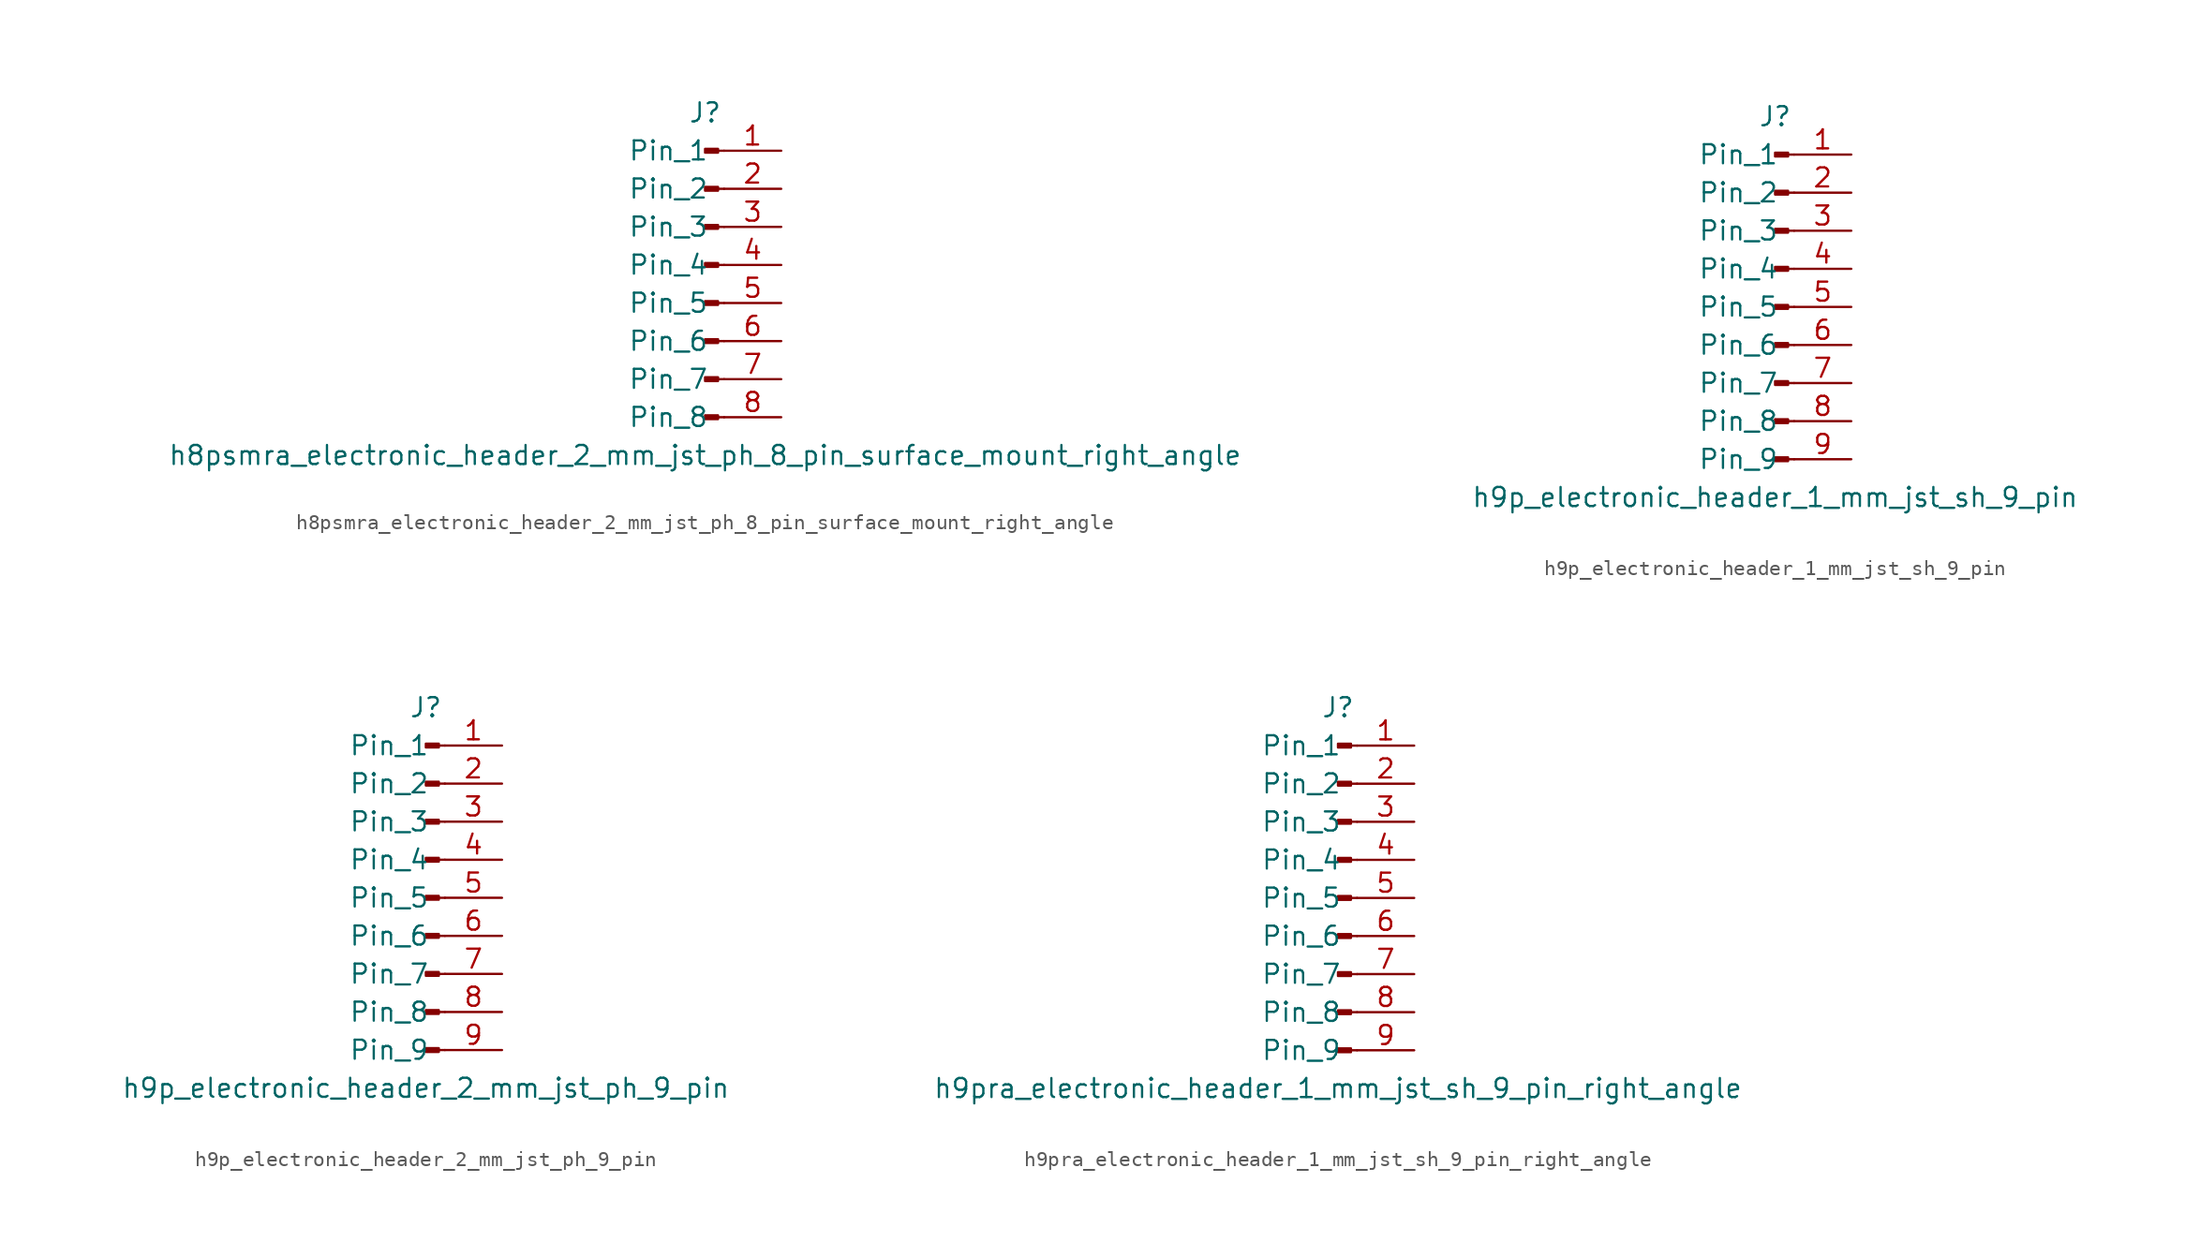
<source format=kicad_sym>
(kicad_symbol_lib
  (version 20220914)
  (generator kicad_symbol_editor)
  (symbol "h8psmra_electronic_header_2_mm_jst_ph_8_pin_surface_mount_right_angle"
    (pin_names
      (offset 1.016))
    (property "Reference" "J"
      (at 0 10.16 0)
      (effects (font (size 1.27 1.27))))
    (property "Value" "h8psmra_electronic_header_2_mm_jst_ph_8_pin_surface_mount_right_angle"
      (at 0 -12.7 0)
      (effects (font (size 1.27 1.27))))
    (property "ki_locked" ""
      (at 0 0 0)
      (effects (font (size 1.27 1.27))))
    (symbol "h8psmra_electronic_header_2_mm_jst_ph_8_pin_surface_mount_right_angle_1_1"
      (polyline (pts (xy 1.27 -10.16) (xy 0.864 -10.16)) (stroke (width 0.152) (type default)) (fill (type none)))
      (polyline (pts (xy 1.27 -7.62) (xy 0.864 -7.62)) (stroke (width 0.152) (type default)) (fill (type none)))
      (polyline (pts (xy 1.27 -5.08) (xy 0.864 -5.08)) (stroke (width 0.152) (type default)) (fill (type none)))
      (polyline (pts (xy 1.27 -2.54) (xy 0.864 -2.54)) (stroke (width 0.152) (type default)) (fill (type none)))
      (polyline (pts (xy 1.27 0) (xy 0.864 0)) (stroke (width 0.152) (type default)) (fill (type none)))
      (polyline (pts (xy 1.27 2.54) (xy 0.864 2.54)) (stroke (width 0.152) (type default)) (fill (type none)))
      (polyline (pts (xy 1.27 5.08) (xy 0.864 5.08)) (stroke (width 0.152) (type default)) (fill (type none)))
      (polyline (pts (xy 1.27 7.62) (xy 0.864 7.62)) (stroke (width 0.152) (type default)) (fill (type none)))
      (rectangle (start 0.864 -10.033) (end 0 -10.287) (stroke (width 0.152) (type default)) (fill (type outline)))
      (rectangle (start 0.864 -7.493) (end 0 -7.747) (stroke (width 0.152) (type default)) (fill (type outline)))
      (rectangle (start 0.864 -4.953) (end 0 -5.207) (stroke (width 0.152) (type default)) (fill (type outline)))
      (rectangle (start 0.864 -2.413) (end 0 -2.667) (stroke (width 0.152) (type default)) (fill (type outline)))
      (rectangle (start 0.864 0.127) (end 0 -0.127) (stroke (width 0.152) (type default)) (fill (type outline)))
      (rectangle (start 0.864 2.667) (end 0 2.413) (stroke (width 0.152) (type default)) (fill (type outline)))
      (rectangle (start 0.864 5.207) (end 0 4.953) (stroke (width 0.152) (type default)) (fill (type outline)))
      (rectangle (start 0.864 7.747) (end 0 7.493) (stroke (width 0.152) (type default)) (fill (type outline)))
      (pin passive line (at 5.08 7.62 180) (length 3.81) (name "Pin_1" (effects (font (size 1.27 1.27)))) (number "1" (effects (font (size 1.27 1.27)))))
      (pin passive line (at 5.08 5.08 180) (length 3.81) (name "Pin_2" (effects (font (size 1.27 1.27)))) (number "2" (effects (font (size 1.27 1.27)))))
      (pin passive line (at 5.08 2.54 180) (length 3.81) (name "Pin_3" (effects (font (size 1.27 1.27)))) (number "3" (effects (font (size 1.27 1.27)))))
      (pin passive line (at 5.08 0 180) (length 3.81) (name "Pin_4" (effects (font (size 1.27 1.27)))) (number "4" (effects (font (size 1.27 1.27)))))
      (pin passive line (at 5.08 -2.54 180) (length 3.81) (name "Pin_5" (effects (font (size 1.27 1.27)))) (number "5" (effects (font (size 1.27 1.27)))))
      (pin passive line (at 5.08 -5.08 180) (length 3.81) (name "Pin_6" (effects (font (size 1.27 1.27)))) (number "6" (effects (font (size 1.27 1.27)))))
      (pin passive line (at 5.08 -7.62 180) (length 3.81) (name "Pin_7" (effects (font (size 1.27 1.27)))) (number "7" (effects (font (size 1.27 1.27)))))
      (pin passive line (at 5.08 -10.16 180) (length 3.81) (name "Pin_8" (effects (font (size 1.27 1.27)))) (number "8" (effects (font (size 1.27 1.27)))))))
  (symbol "h9p_electronic_header_1_mm_jst_sh_9_pin"
    (pin_names
      (offset 1.016))
    (property "Reference" "J"
      (at 0 12.7 0)
      (effects (font (size 1.27 1.27))))
    (property "Value" "h9p_electronic_header_1_mm_jst_sh_9_pin"
      (at 0 -12.7 0)
      (effects (font (size 1.27 1.27))))
    (property "ki_locked" ""
      (at 0 0 0)
      (effects (font (size 1.27 1.27))))
    (symbol "h9p_electronic_header_1_mm_jst_sh_9_pin_1_1"
      (polyline (pts (xy 1.27 -10.16) (xy 0.864 -10.16)) (stroke (width 0.152) (type default)) (fill (type none)))
      (polyline (pts (xy 1.27 -7.62) (xy 0.864 -7.62)) (stroke (width 0.152) (type default)) (fill (type none)))
      (polyline (pts (xy 1.27 -5.08) (xy 0.864 -5.08)) (stroke (width 0.152) (type default)) (fill (type none)))
      (polyline (pts (xy 1.27 -2.54) (xy 0.864 -2.54)) (stroke (width 0.152) (type default)) (fill (type none)))
      (polyline (pts (xy 1.27 0) (xy 0.864 0)) (stroke (width 0.152) (type default)) (fill (type none)))
      (polyline (pts (xy 1.27 2.54) (xy 0.864 2.54)) (stroke (width 0.152) (type default)) (fill (type none)))
      (polyline (pts (xy 1.27 5.08) (xy 0.864 5.08)) (stroke (width 0.152) (type default)) (fill (type none)))
      (polyline (pts (xy 1.27 7.62) (xy 0.864 7.62)) (stroke (width 0.152) (type default)) (fill (type none)))
      (polyline (pts (xy 1.27 10.16) (xy 0.864 10.16)) (stroke (width 0.152) (type default)) (fill (type none)))
      (rectangle (start 0.864 -10.033) (end 0 -10.287) (stroke (width 0.152) (type default)) (fill (type outline)))
      (rectangle (start 0.864 -7.493) (end 0 -7.747) (stroke (width 0.152) (type default)) (fill (type outline)))
      (rectangle (start 0.864 -4.953) (end 0 -5.207) (stroke (width 0.152) (type default)) (fill (type outline)))
      (rectangle (start 0.864 -2.413) (end 0 -2.667) (stroke (width 0.152) (type default)) (fill (type outline)))
      (rectangle (start 0.864 0.127) (end 0 -0.127) (stroke (width 0.152) (type default)) (fill (type outline)))
      (rectangle (start 0.864 2.667) (end 0 2.413) (stroke (width 0.152) (type default)) (fill (type outline)))
      (rectangle (start 0.864 5.207) (end 0 4.953) (stroke (width 0.152) (type default)) (fill (type outline)))
      (rectangle (start 0.864 7.747) (end 0 7.493) (stroke (width 0.152) (type default)) (fill (type outline)))
      (rectangle (start 0.864 10.287) (end 0 10.033) (stroke (width 0.152) (type default)) (fill (type outline)))
      (pin passive line (at 5.08 10.16 180) (length 3.81) (name "Pin_1" (effects (font (size 1.27 1.27)))) (number "1" (effects (font (size 1.27 1.27)))))
      (pin passive line (at 5.08 7.62 180) (length 3.81) (name "Pin_2" (effects (font (size 1.27 1.27)))) (number "2" (effects (font (size 1.27 1.27)))))
      (pin passive line (at 5.08 5.08 180) (length 3.81) (name "Pin_3" (effects (font (size 1.27 1.27)))) (number "3" (effects (font (size 1.27 1.27)))))
      (pin passive line (at 5.08 2.54 180) (length 3.81) (name "Pin_4" (effects (font (size 1.27 1.27)))) (number "4" (effects (font (size 1.27 1.27)))))
      (pin passive line (at 5.08 0 180) (length 3.81) (name "Pin_5" (effects (font (size 1.27 1.27)))) (number "5" (effects (font (size 1.27 1.27)))))
      (pin passive line (at 5.08 -2.54 180) (length 3.81) (name "Pin_6" (effects (font (size 1.27 1.27)))) (number "6" (effects (font (size 1.27 1.27)))))
      (pin passive line (at 5.08 -5.08 180) (length 3.81) (name "Pin_7" (effects (font (size 1.27 1.27)))) (number "7" (effects (font (size 1.27 1.27)))))
      (pin passive line (at 5.08 -7.62 180) (length 3.81) (name "Pin_8" (effects (font (size 1.27 1.27)))) (number "8" (effects (font (size 1.27 1.27)))))
      (pin passive line (at 5.08 -10.16 180) (length 3.81) (name "Pin_9" (effects (font (size 1.27 1.27)))) (number "9" (effects (font (size 1.27 1.27)))))))
  (symbol "h9p_electronic_header_2_mm_jst_ph_9_pin"
    (pin_names
      (offset 1.016))
    (property "Reference" "J"
      (at 0 12.7 0)
      (effects (font (size 1.27 1.27))))
    (property "Value" "h9p_electronic_header_2_mm_jst_ph_9_pin"
      (at 0 -12.7 0)
      (effects (font (size 1.27 1.27))))
    (property "ki_locked" ""
      (at 0 0 0)
      (effects (font (size 1.27 1.27))))
    (symbol "h9p_electronic_header_2_mm_jst_ph_9_pin_1_1"
      (polyline (pts (xy 1.27 -10.16) (xy 0.864 -10.16)) (stroke (width 0.152) (type default)) (fill (type none)))
      (polyline (pts (xy 1.27 -7.62) (xy 0.864 -7.62)) (stroke (width 0.152) (type default)) (fill (type none)))
      (polyline (pts (xy 1.27 -5.08) (xy 0.864 -5.08)) (stroke (width 0.152) (type default)) (fill (type none)))
      (polyline (pts (xy 1.27 -2.54) (xy 0.864 -2.54)) (stroke (width 0.152) (type default)) (fill (type none)))
      (polyline (pts (xy 1.27 0) (xy 0.864 0)) (stroke (width 0.152) (type default)) (fill (type none)))
      (polyline (pts (xy 1.27 2.54) (xy 0.864 2.54)) (stroke (width 0.152) (type default)) (fill (type none)))
      (polyline (pts (xy 1.27 5.08) (xy 0.864 5.08)) (stroke (width 0.152) (type default)) (fill (type none)))
      (polyline (pts (xy 1.27 7.62) (xy 0.864 7.62)) (stroke (width 0.152) (type default)) (fill (type none)))
      (polyline (pts (xy 1.27 10.16) (xy 0.864 10.16)) (stroke (width 0.152) (type default)) (fill (type none)))
      (rectangle (start 0.864 -10.033) (end 0 -10.287) (stroke (width 0.152) (type default)) (fill (type outline)))
      (rectangle (start 0.864 -7.493) (end 0 -7.747) (stroke (width 0.152) (type default)) (fill (type outline)))
      (rectangle (start 0.864 -4.953) (end 0 -5.207) (stroke (width 0.152) (type default)) (fill (type outline)))
      (rectangle (start 0.864 -2.413) (end 0 -2.667) (stroke (width 0.152) (type default)) (fill (type outline)))
      (rectangle (start 0.864 0.127) (end 0 -0.127) (stroke (width 0.152) (type default)) (fill (type outline)))
      (rectangle (start 0.864 2.667) (end 0 2.413) (stroke (width 0.152) (type default)) (fill (type outline)))
      (rectangle (start 0.864 5.207) (end 0 4.953) (stroke (width 0.152) (type default)) (fill (type outline)))
      (rectangle (start 0.864 7.747) (end 0 7.493) (stroke (width 0.152) (type default)) (fill (type outline)))
      (rectangle (start 0.864 10.287) (end 0 10.033) (stroke (width 0.152) (type default)) (fill (type outline)))
      (pin passive line (at 5.08 10.16 180) (length 3.81) (name "Pin_1" (effects (font (size 1.27 1.27)))) (number "1" (effects (font (size 1.27 1.27)))))
      (pin passive line (at 5.08 7.62 180) (length 3.81) (name "Pin_2" (effects (font (size 1.27 1.27)))) (number "2" (effects (font (size 1.27 1.27)))))
      (pin passive line (at 5.08 5.08 180) (length 3.81) (name "Pin_3" (effects (font (size 1.27 1.27)))) (number "3" (effects (font (size 1.27 1.27)))))
      (pin passive line (at 5.08 2.54 180) (length 3.81) (name "Pin_4" (effects (font (size 1.27 1.27)))) (number "4" (effects (font (size 1.27 1.27)))))
      (pin passive line (at 5.08 0 180) (length 3.81) (name "Pin_5" (effects (font (size 1.27 1.27)))) (number "5" (effects (font (size 1.27 1.27)))))
      (pin passive line (at 5.08 -2.54 180) (length 3.81) (name "Pin_6" (effects (font (size 1.27 1.27)))) (number "6" (effects (font (size 1.27 1.27)))))
      (pin passive line (at 5.08 -5.08 180) (length 3.81) (name "Pin_7" (effects (font (size 1.27 1.27)))) (number "7" (effects (font (size 1.27 1.27)))))
      (pin passive line (at 5.08 -7.62 180) (length 3.81) (name "Pin_8" (effects (font (size 1.27 1.27)))) (number "8" (effects (font (size 1.27 1.27)))))
      (pin passive line (at 5.08 -10.16 180) (length 3.81) (name "Pin_9" (effects (font (size 1.27 1.27)))) (number "9" (effects (font (size 1.27 1.27)))))))
  (symbol "h9pra_electronic_header_1_mm_jst_sh_9_pin_right_angle"
    (pin_names
      (offset 1.016))
    (property "Reference" "J"
      (at 0 12.7 0)
      (effects (font (size 1.27 1.27))))
    (property "Value" "h9pra_electronic_header_1_mm_jst_sh_9_pin_right_angle"
      (at 0 -12.7 0)
      (effects (font (size 1.27 1.27))))
    (property "ki_locked" ""
      (at 0 0 0)
      (effects (font (size 1.27 1.27))))
    (symbol "h9pra_electronic_header_1_mm_jst_sh_9_pin_right_angle_1_1"
      (polyline (pts (xy 1.27 -10.16) (xy 0.864 -10.16)) (stroke (width 0.152) (type default)) (fill (type none)))
      (polyline (pts (xy 1.27 -7.62) (xy 0.864 -7.62)) (stroke (width 0.152) (type default)) (fill (type none)))
      (polyline (pts (xy 1.27 -5.08) (xy 0.864 -5.08)) (stroke (width 0.152) (type default)) (fill (type none)))
      (polyline (pts (xy 1.27 -2.54) (xy 0.864 -2.54)) (stroke (width 0.152) (type default)) (fill (type none)))
      (polyline (pts (xy 1.27 0) (xy 0.864 0)) (stroke (width 0.152) (type default)) (fill (type none)))
      (polyline (pts (xy 1.27 2.54) (xy 0.864 2.54)) (stroke (width 0.152) (type default)) (fill (type none)))
      (polyline (pts (xy 1.27 5.08) (xy 0.864 5.08)) (stroke (width 0.152) (type default)) (fill (type none)))
      (polyline (pts (xy 1.27 7.62) (xy 0.864 7.62)) (stroke (width 0.152) (type default)) (fill (type none)))
      (polyline (pts (xy 1.27 10.16) (xy 0.864 10.16)) (stroke (width 0.152) (type default)) (fill (type none)))
      (rectangle (start 0.864 -10.033) (end 0 -10.287) (stroke (width 0.152) (type default)) (fill (type outline)))
      (rectangle (start 0.864 -7.493) (end 0 -7.747) (stroke (width 0.152) (type default)) (fill (type outline)))
      (rectangle (start 0.864 -4.953) (end 0 -5.207) (stroke (width 0.152) (type default)) (fill (type outline)))
      (rectangle (start 0.864 -2.413) (end 0 -2.667) (stroke (width 0.152) (type default)) (fill (type outline)))
      (rectangle (start 0.864 0.127) (end 0 -0.127) (stroke (width 0.152) (type default)) (fill (type outline)))
      (rectangle (start 0.864 2.667) (end 0 2.413) (stroke (width 0.152) (type default)) (fill (type outline)))
      (rectangle (start 0.864 5.207) (end 0 4.953) (stroke (width 0.152) (type default)) (fill (type outline)))
      (rectangle (start 0.864 7.747) (end 0 7.493) (stroke (width 0.152) (type default)) (fill (type outline)))
      (rectangle (start 0.864 10.287) (end 0 10.033) (stroke (width 0.152) (type default)) (fill (type outline)))
      (pin passive line (at 5.08 10.16 180) (length 3.81) (name "Pin_1" (effects (font (size 1.27 1.27)))) (number "1" (effects (font (size 1.27 1.27)))))
      (pin passive line (at 5.08 7.62 180) (length 3.81) (name "Pin_2" (effects (font (size 1.27 1.27)))) (number "2" (effects (font (size 1.27 1.27)))))
      (pin passive line (at 5.08 5.08 180) (length 3.81) (name "Pin_3" (effects (font (size 1.27 1.27)))) (number "3" (effects (font (size 1.27 1.27)))))
      (pin passive line (at 5.08 2.54 180) (length 3.81) (name "Pin_4" (effects (font (size 1.27 1.27)))) (number "4" (effects (font (size 1.27 1.27)))))
      (pin passive line (at 5.08 0 180) (length 3.81) (name "Pin_5" (effects (font (size 1.27 1.27)))) (number "5" (effects (font (size 1.27 1.27)))))
      (pin passive line (at 5.08 -2.54 180) (length 3.81) (name "Pin_6" (effects (font (size 1.27 1.27)))) (number "6" (effects (font (size 1.27 1.27)))))
      (pin passive line (at 5.08 -5.08 180) (length 3.81) (name "Pin_7" (effects (font (size 1.27 1.27)))) (number "7" (effects (font (size 1.27 1.27)))))
      (pin passive line (at 5.08 -7.62 180) (length 3.81) (name "Pin_8" (effects (font (size 1.27 1.27)))) (number "8" (effects (font (size 1.27 1.27)))))
      (pin passive line (at 5.08 -10.16 180) (length 3.81) (name "Pin_9" (effects (font (size 1.27 1.27)))) (number "9" (effects (font (size 1.27 1.27))))))))
</source>
